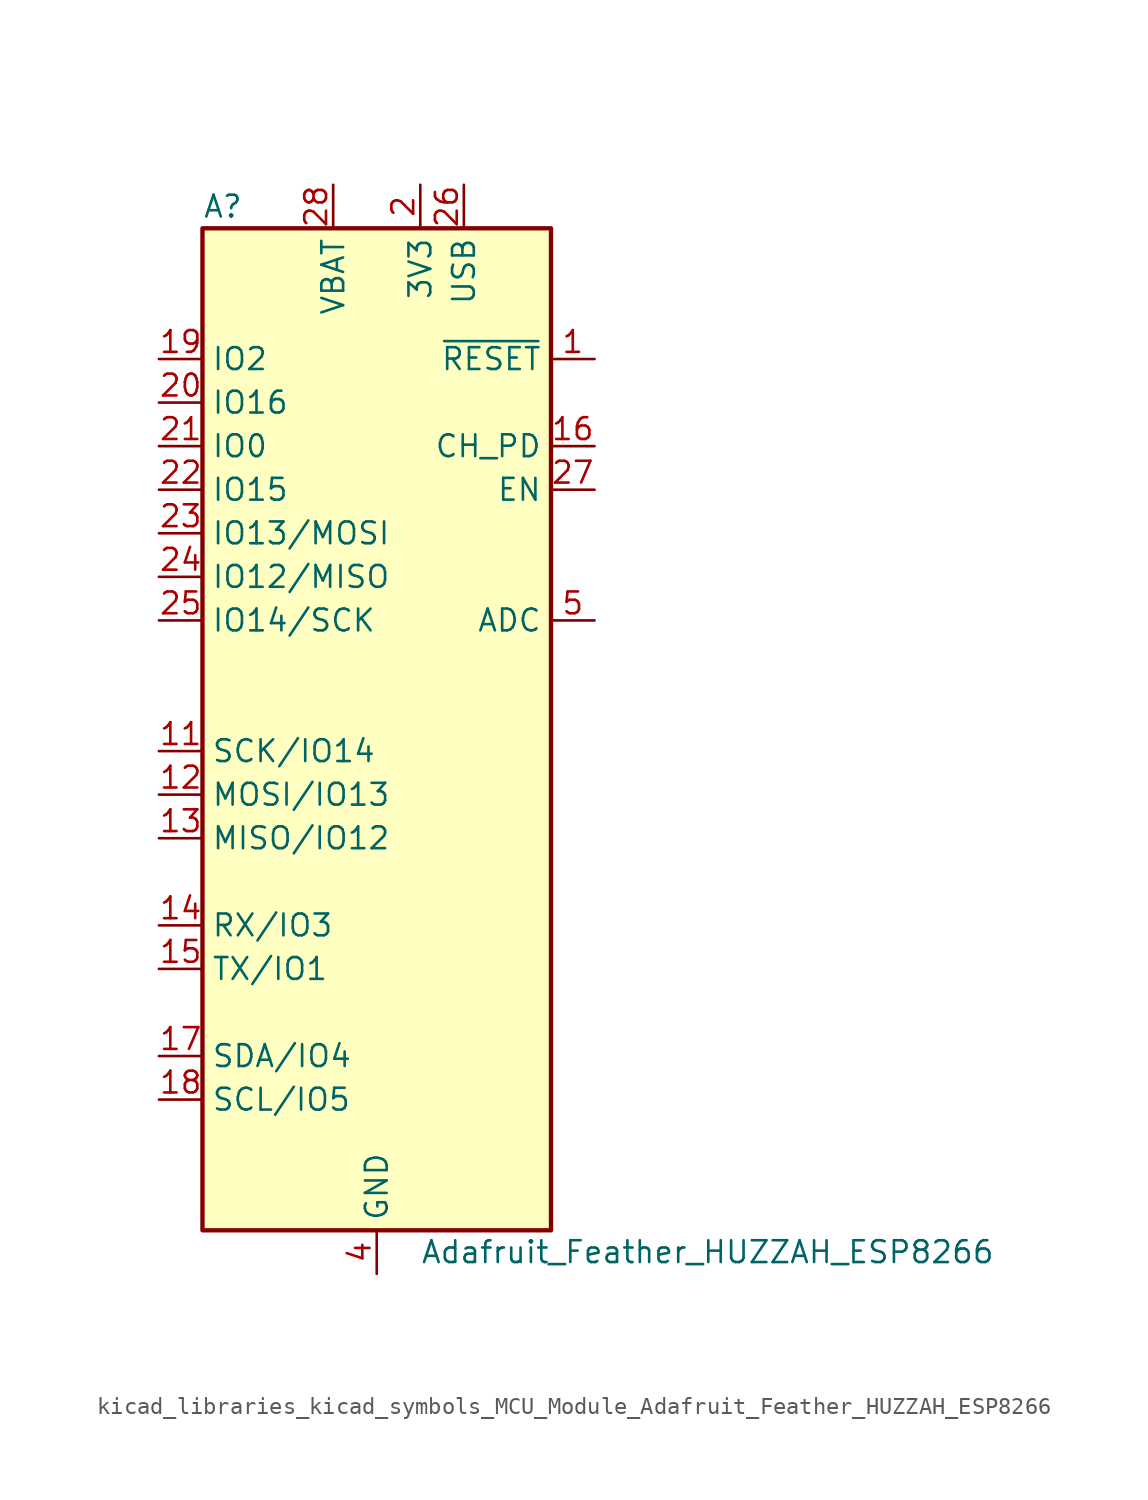
<source format=kicad_sym>
(kicad_symbol_lib
  (version 20220914)
  (generator kicad_symbol_editor)
  (symbol "kicad_libraries_kicad_symbols_MCU_Module_Adafruit_Feather_HUZZAH_ESP8266"
    (property "Reference" "A"
      (at -10.16 29.21 0)
      (effects (font (size 1.27 1.27)) (justify left)))
    (property "Value" "Adafruit_Feather_HUZZAH_ESP8266"
      (at 2.54 -31.75 0)
      (effects (font (size 1.27 1.27)) (justify left)))
    (symbol "kicad_libraries_kicad_symbols_MCU_Module_Adafruit_Feather_HUZZAH_ESP8266_0_1"
      (rectangle (start -10.16 27.94) (end 10.16 -30.48) (stroke (width 0.254) (type default)) (fill (type background))))
    (symbol "kicad_libraries_kicad_symbols_MCU_Module_Adafruit_Feather_HUZZAH_ESP8266_1_1"
      (pin input line (at 12.7 20.32 180) (length 2.54) (name "~{RESET}" (effects (font (size 1.27 1.27)))) (number "1" (effects (font (size 1.27 1.27)))))
      (pin no_connect line (at 10.16 -7.62 180) (length 2.54) hide (name "NC" (effects (font (size 1.27 1.27)))) (number "10" (effects (font (size 1.27 1.27)))))
      (pin bidirectional line (at -12.7 -2.54 0) (length 2.54) (name "SCK/IO14" (effects (font (size 1.27 1.27)))) (number "11" (effects (font (size 1.27 1.27)))))
      (pin bidirectional line (at -12.7 -5.08 0) (length 2.54) (name "MOSI/IO13" (effects (font (size 1.27 1.27)))) (number "12" (effects (font (size 1.27 1.27)))))
      (pin bidirectional line (at -12.7 -7.62 0) (length 2.54) (name "MISO/IO12" (effects (font (size 1.27 1.27)))) (number "13" (effects (font (size 1.27 1.27)))))
      (pin bidirectional line (at -12.7 -12.7 0) (length 2.54) (name "RX/IO3" (effects (font (size 1.27 1.27)))) (number "14" (effects (font (size 1.27 1.27)))))
      (pin bidirectional line (at -12.7 -15.24 0) (length 2.54) (name "TX/IO1" (effects (font (size 1.27 1.27)))) (number "15" (effects (font (size 1.27 1.27)))))
      (pin bidirectional line (at 12.7 15.24 180) (length 2.54) (name "CH_PD" (effects (font (size 1.27 1.27)))) (number "16" (effects (font (size 1.27 1.27)))))
      (pin bidirectional line (at -12.7 -20.32 0) (length 2.54) (name "SDA/IO4" (effects (font (size 1.27 1.27)))) (number "17" (effects (font (size 1.27 1.27)))))
      (pin bidirectional line (at -12.7 -22.86 0) (length 2.54) (name "SCL/IO5" (effects (font (size 1.27 1.27)))) (number "18" (effects (font (size 1.27 1.27)))))
      (pin bidirectional line (at -12.7 20.32 0) (length 2.54) (name "IO2" (effects (font (size 1.27 1.27)))) (number "19" (effects (font (size 1.27 1.27)))))
      (pin power_in line (at 2.54 30.48 270) (length 2.54) (name "3V3" (effects (font (size 1.27 1.27)))) (number "2" (effects (font (size 1.27 1.27)))))
      (pin bidirectional line (at -12.7 17.78 0) (length 2.54) (name "IO16" (effects (font (size 1.27 1.27)))) (number "20" (effects (font (size 1.27 1.27)))))
      (pin bidirectional line (at -12.7 15.24 0) (length 2.54) (name "IO0" (effects (font (size 1.27 1.27)))) (number "21" (effects (font (size 1.27 1.27)))))
      (pin bidirectional line (at -12.7 12.7 0) (length 2.54) (name "IO15" (effects (font (size 1.27 1.27)))) (number "22" (effects (font (size 1.27 1.27)))))
      (pin bidirectional line (at -12.7 10.16 0) (length 2.54) (name "IO13/MOSI" (effects (font (size 1.27 1.27)))) (number "23" (effects (font (size 1.27 1.27)))))
      (pin bidirectional line (at -12.7 7.62 0) (length 2.54) (name "IO12/MISO" (effects (font (size 1.27 1.27)))) (number "24" (effects (font (size 1.27 1.27)))))
      (pin bidirectional line (at -12.7 5.08 0) (length 2.54) (name "IO14/SCK" (effects (font (size 1.27 1.27)))) (number "25" (effects (font (size 1.27 1.27)))))
      (pin power_in line (at 5.08 30.48 270) (length 2.54) (name "USB" (effects (font (size 1.27 1.27)))) (number "26" (effects (font (size 1.27 1.27)))))
      (pin input line (at 12.7 12.7 180) (length 2.54) (name "EN" (effects (font (size 1.27 1.27)))) (number "27" (effects (font (size 1.27 1.27)))))
      (pin power_in line (at -2.54 30.48 270) (length 2.54) (name "VBAT" (effects (font (size 1.27 1.27)))) (number "28" (effects (font (size 1.27 1.27)))))
      (pin no_connect line (at 10.16 10.16 180) (length 2.54) hide (name "NC" (effects (font (size 1.27 1.27)))) (number "3" (effects (font (size 1.27 1.27)))))
      (pin power_in line (at 0 -33.02 90) (length 2.54) (name "GND" (effects (font (size 1.27 1.27)))) (number "4" (effects (font (size 1.27 1.27)))))
      (pin bidirectional line (at 12.7 5.08 180) (length 2.54) (name "ADC" (effects (font (size 1.27 1.27)))) (number "5" (effects (font (size 1.27 1.27)))))
      (pin no_connect line (at 10.16 2.54 180) (length 2.54) hide (name "NC" (effects (font (size 1.27 1.27)))) (number "6" (effects (font (size 1.27 1.27)))))
      (pin no_connect line (at 10.16 0 180) (length 2.54) hide (name "NC" (effects (font (size 1.27 1.27)))) (number "7" (effects (font (size 1.27 1.27)))))
      (pin no_connect line (at 10.16 -2.54 180) (length 2.54) hide (name "NC" (effects (font (size 1.27 1.27)))) (number "8" (effects (font (size 1.27 1.27)))))
      (pin no_connect line (at 10.16 -5.08 180) (length 2.54) hide (name "NC" (effects (font (size 1.27 1.27)))) (number "9" (effects (font (size 1.27 1.27))))))))
</source>
